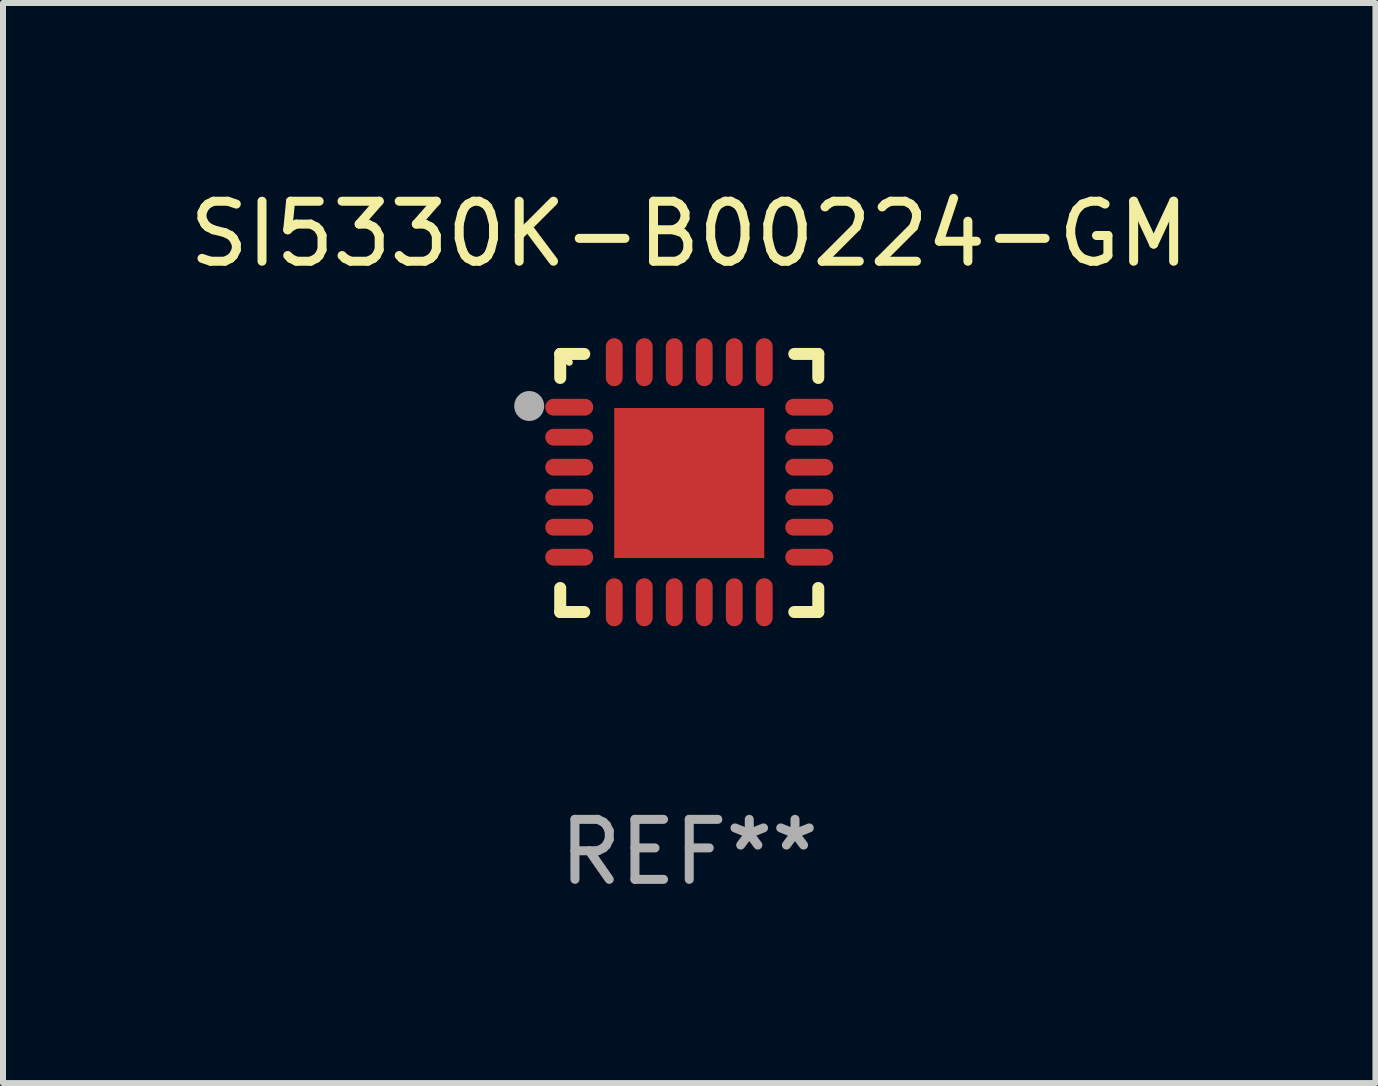
<source format=kicad_pcb>
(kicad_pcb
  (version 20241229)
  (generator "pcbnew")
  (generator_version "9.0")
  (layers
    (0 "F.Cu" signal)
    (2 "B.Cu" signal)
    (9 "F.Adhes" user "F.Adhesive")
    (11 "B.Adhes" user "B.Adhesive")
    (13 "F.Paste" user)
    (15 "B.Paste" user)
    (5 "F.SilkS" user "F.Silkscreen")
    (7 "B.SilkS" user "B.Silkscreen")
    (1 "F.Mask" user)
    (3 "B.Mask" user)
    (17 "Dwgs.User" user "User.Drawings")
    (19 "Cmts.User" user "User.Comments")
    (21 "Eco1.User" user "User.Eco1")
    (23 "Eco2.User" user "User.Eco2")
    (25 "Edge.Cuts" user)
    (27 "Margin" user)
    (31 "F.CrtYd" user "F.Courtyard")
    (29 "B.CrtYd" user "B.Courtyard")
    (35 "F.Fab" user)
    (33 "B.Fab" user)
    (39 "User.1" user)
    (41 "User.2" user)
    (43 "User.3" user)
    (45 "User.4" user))
  (footprint "SI5330K-B00224-GM"
    (layer "F.Cu")
    (at 8.435 4.998)
    (property "Reference" "SI5330K-B00224-GM" (at 0 -4.15 0) (layer "F.SilkS") (effects (font (size 1 1) (thickness 0.15))))
    (attr through_hole)
    (fp_line (start -2.15 -2.15) (end -1.75 -2.15) (stroke (width 0.2) (type solid)) (layer "F.SilkS"))
    (fp_line (start -2.15 -1.75) (end -2.15 -2.15) (stroke (width 0.2) (type solid)) (layer "F.SilkS"))
    (fp_line (start -2.15 2.15) (end -2.15 1.75) (stroke (width 0.2) (type solid)) (layer "F.SilkS"))
    (fp_line (start -1.75 2.15) (end -2.15 2.15) (stroke (width 0.2) (type solid)) (layer "F.SilkS"))
    (fp_line (start 1.75 -2.15) (end 2.15 -2.15) (stroke (width 0.2) (type solid)) (layer "F.SilkS"))
    (fp_line (start 1.75 2.15) (end 2.15 2.15) (stroke (width 0.2) (type solid)) (layer "F.SilkS"))
    (fp_line (start 2.15 -2.15) (end 2.15 -1.75) (stroke (width 0.2) (type solid)) (layer "F.SilkS"))
    (fp_line (start 2.15 2.15) (end 2.15 1.75) (stroke (width 0.2) (type solid)) (layer "F.SilkS"))
    (fp_circle (center -2 -2.013) (end -1.97 -2.013) (stroke (width 0.06) (type solid)) (fill no) (layer "F.SilkS"))
    (fp_circle (center -2.667 -1.283) (end -2.542 -1.283) (stroke (width 0.25) (type solid)) (fill no) (layer "F.Fab"))
    (fp_text user "REF**" (at 0 6.15 0) (layer "F.Fab") (effects (font (size 1 1) (thickness 0.15))))
    (pad "1" smd oval (at -2 -1.263) (size 0.8 0.28) (layers "F.Cu" "F.Mask" "F.Paste"))
    (pad "2" smd oval (at -2 -0.763) (size 0.8 0.28) (layers "F.Cu" "F.Mask" "F.Paste"))
    (pad "3" smd oval (at -2 -0.263) (size 0.8 0.28) (layers "F.Cu" "F.Mask" "F.Paste"))
    (pad "4" smd oval (at -2 0.237) (size 0.8 0.28) (layers "F.Cu" "F.Mask" "F.Paste"))
    (pad "5" smd oval (at -2 0.737) (size 0.8 0.28) (layers "F.Cu" "F.Mask" "F.Paste"))
    (pad "6" smd oval (at -2 1.237) (size 0.8 0.28) (layers "F.Cu" "F.Mask" "F.Paste"))
    (pad "7" smd oval (at -1.25 1.987) (size 0.28 0.8) (layers "F.Cu" "F.Mask" "F.Paste"))
    (pad "8" smd oval (at -0.75 1.987) (size 0.28 0.8) (layers "F.Cu" "F.Mask" "F.Paste"))
    (pad "9" smd oval (at -0.25 1.987) (size 0.28 0.8) (layers "F.Cu" "F.Mask" "F.Paste"))
    (pad "10" smd oval (at 0.25 1.987) (size 0.28 0.8) (layers "F.Cu" "F.Mask" "F.Paste"))
    (pad "11" smd oval (at 0.75 1.987) (size 0.28 0.8) (layers "F.Cu" "F.Mask" "F.Paste"))
    (pad "12" smd oval (at 1.25 1.987) (size 0.28 0.8) (layers "F.Cu" "F.Mask" "F.Paste"))
    (pad "13" smd oval (at 2 1.237) (size 0.8 0.28) (layers "F.Cu" "F.Mask" "F.Paste"))
    (pad "14" smd oval (at 2 0.737) (size 0.8 0.28) (layers "F.Cu" "F.Mask" "F.Paste"))
    (pad "15" smd oval (at 2 0.237) (size 0.8 0.28) (layers "F.Cu" "F.Mask" "F.Paste"))
    (pad "16" smd oval (at 2 -0.263) (size 0.8 0.28) (layers "F.Cu" "F.Mask" "F.Paste"))
    (pad "17" smd oval (at 2 -0.763) (size 0.8 0.28) (layers "F.Cu" "F.Mask" "F.Paste"))
    (pad "18" smd oval (at 2 -1.263) (size 0.8 0.28) (layers "F.Cu" "F.Mask" "F.Paste"))
    (pad "19" smd oval (at 1.25 -2.013) (size 0.28 0.8) (layers "F.Cu" "F.Mask" "F.Paste"))
    (pad "20" smd oval (at 0.75 -2.013) (size 0.28 0.8) (layers "F.Cu" "F.Mask" "F.Paste"))
    (pad "21" smd oval (at 0.25 -2.013) (size 0.28 0.8) (layers "F.Cu" "F.Mask" "F.Paste"))
    (pad "22" smd oval (at -0.25 -2.013) (size 0.28 0.8) (layers "F.Cu" "F.Mask" "F.Paste"))
    (pad "23" smd oval (at -0.75 -2.013) (size 0.28 0.8) (layers "F.Cu" "F.Mask" "F.Paste"))
    (pad "24" smd oval (at -1.25 -2.013) (size 0.28 0.8) (layers "F.Cu" "F.Mask" "F.Paste"))
    (pad "25" smd rect (at -0.000127 -0.00014) (size 2.5 2.5) (layers "F.Cu" "F.Mask" "F.Paste")))
  (gr_rect
    (start -3 -3)
    (end 19.869 14.997)
    (stroke (width 0.1) (type default))
    (fill no)
    (layer "Edge.Cuts")))
</source>
